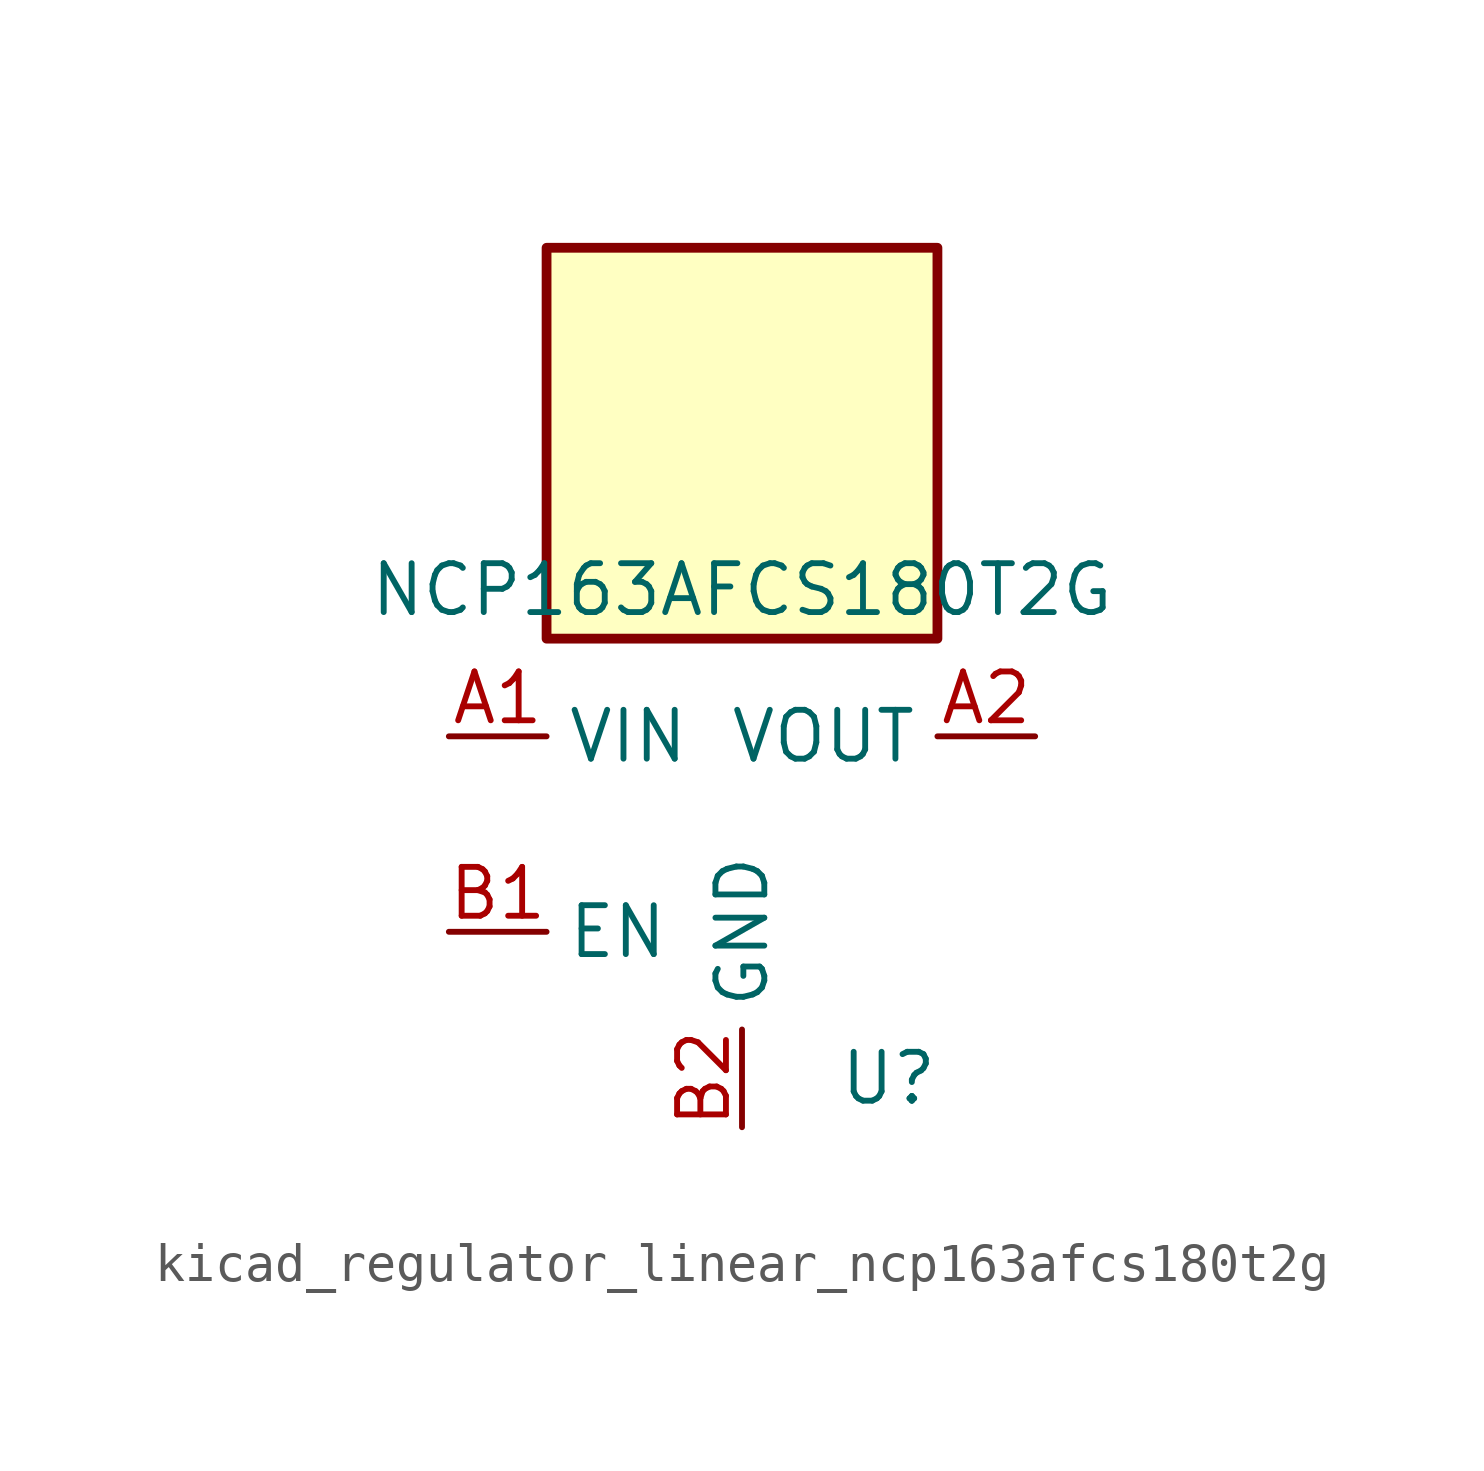
<source format=kicad_sym>
(kicad_symbol_lib
  (version 20220914)
  (generator kicad_symbol_editor)
  (symbol "kicad_regulator_linear_ncp163afcs180t2g"
    (property "Reference" "U"
      (at 3.81 -6.35 0)
      (effects (font (size 1.27 1.27))))
    (property "Value" "NCP163AFCS180T2G"
      (at 0 6.35 0)
      (effects (font (size 1.27 1.27))))
    (symbol "kicad_regulator_linear_ncp163afcs180t2g_0_1"
      (rectangle (start 5.08 15.24) (end -5.08 5.08) (stroke (width 0.254) (type default)) (fill (type background))))
    (symbol "kicad_regulator_linear_ncp163afcs180t2g_1_1"
      (pin power_in line (at -7.62 2.54 0) (length 2.54) (name "VIN" (effects (font (size 1.27 1.27)))) (number "A1" (effects (font (size 1.27 1.27)))))
      (pin power_out line (at 7.62 2.54 180) (length 2.54) (name "VOUT" (effects (font (size 1.27 1.27)))) (number "A2" (effects (font (size 1.27 1.27)))))
      (pin input line (at -7.62 -2.54 0) (length 2.54) (name "EN" (effects (font (size 1.27 1.27)))) (number "B1" (effects (font (size 1.27 1.27)))))
      (pin power_in line (at 0 -7.62 90) (length 2.54) (name "GND" (effects (font (size 1.27 1.27)))) (number "B2" (effects (font (size 1.27 1.27))))))))
</source>
